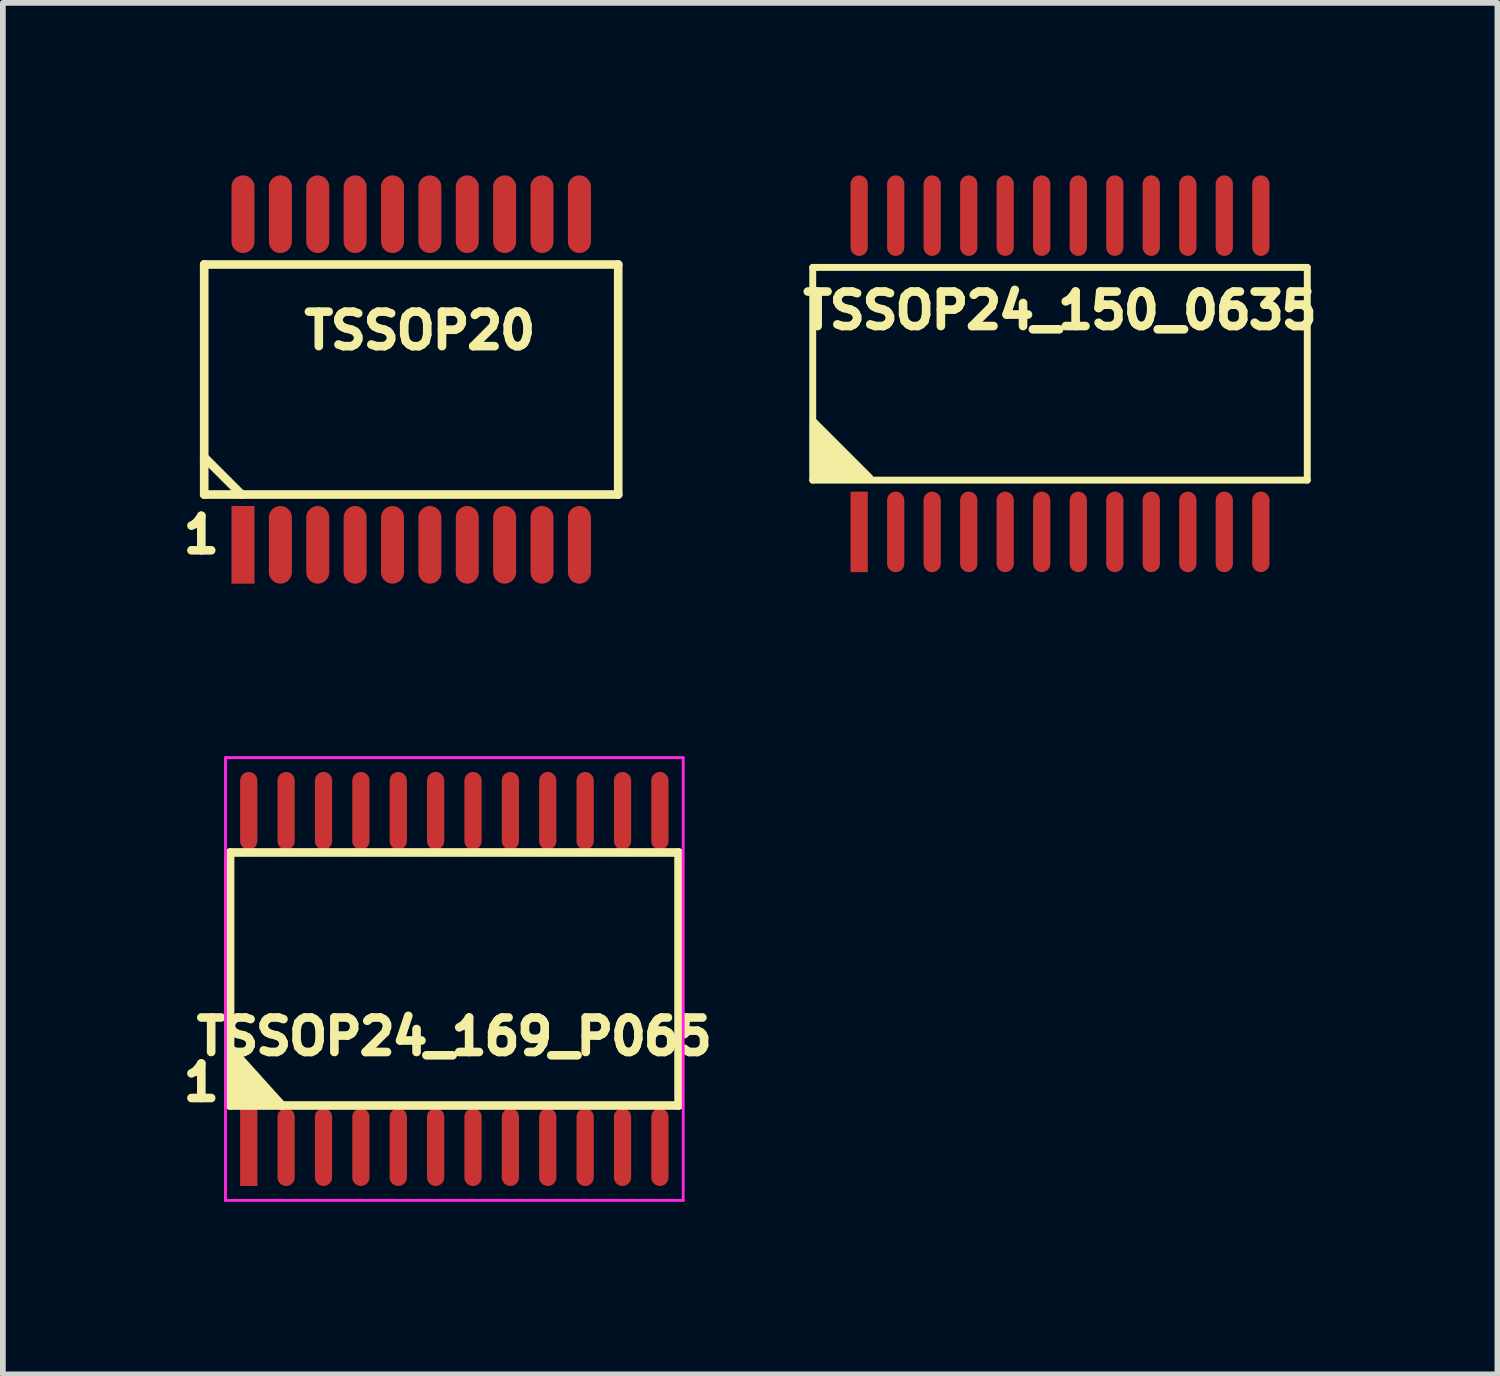
<source format=kicad_pcb>
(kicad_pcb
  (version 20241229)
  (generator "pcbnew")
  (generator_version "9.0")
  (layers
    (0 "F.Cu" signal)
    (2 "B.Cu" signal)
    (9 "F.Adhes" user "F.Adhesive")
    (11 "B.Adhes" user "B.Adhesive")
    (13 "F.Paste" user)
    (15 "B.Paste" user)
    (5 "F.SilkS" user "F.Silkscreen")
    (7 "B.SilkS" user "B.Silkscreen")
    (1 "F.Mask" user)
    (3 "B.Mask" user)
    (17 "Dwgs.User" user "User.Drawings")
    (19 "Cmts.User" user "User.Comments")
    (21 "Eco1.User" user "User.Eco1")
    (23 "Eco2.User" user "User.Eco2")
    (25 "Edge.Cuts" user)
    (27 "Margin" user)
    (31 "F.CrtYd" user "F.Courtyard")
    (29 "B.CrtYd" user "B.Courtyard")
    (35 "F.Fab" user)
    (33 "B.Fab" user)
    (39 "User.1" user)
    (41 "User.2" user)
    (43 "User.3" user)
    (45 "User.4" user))
  (footprint "TSSOP24_169_P065"
    (layer "F.Cu")
    (at 4.851 13.975)
    (property "Reference" "TSSOP24_169_P065" (at 0 1 0) (layer "F.SilkS") (effects (font (size 0.6 0.6) (thickness 0.15))))
    (attr smd)
    (fp_line (start -3.9 -2.2) (end 3.9 -2.2) (stroke (width 0.15) (type solid)) (layer "F.SilkS"))
    (fp_line (start -3.9 1.2) (end -3 2.2) (stroke (width 0.15) (type solid)) (layer "F.SilkS"))
    (fp_line (start -3.9 2.2) (end -3.9 -2.2) (stroke (width 0.15) (type solid)) (layer "F.SilkS"))
    (fp_line (start -3.8 1.4) (end -3.8 2.1) (stroke (width 0.15) (type solid)) (layer "F.SilkS"))
    (fp_line (start -3.8 2.1) (end -3.2 2.1) (stroke (width 0.15) (type solid)) (layer "F.SilkS"))
    (fp_line (start -3.7 1.6) (end -3.7 2) (stroke (width 0.15) (type solid)) (layer "F.SilkS"))
    (fp_line (start -3.7 2) (end -3.4 2) (stroke (width 0.15) (type solid)) (layer "F.SilkS"))
    (fp_line (start -3.4 2) (end -3.7 1.8) (stroke (width 0.15) (type solid)) (layer "F.SilkS"))
    (fp_line (start -3.2 2.1) (end -3.7 1.6) (stroke (width 0.15) (type solid)) (layer "F.SilkS"))
    (fp_line (start -3 2.2) (end -3.8 1.4) (stroke (width 0.15) (type solid)) (layer "F.SilkS"))
    (fp_line (start 3.9 -2.2) (end 3.9 2.2) (stroke (width 0.15) (type solid)) (layer "F.SilkS"))
    (fp_line (start 3.9 2.2) (end -3.9 2.2) (stroke (width 0.15) (type solid)) (layer "F.SilkS"))
    (fp_line (start -3.98 -3.85) (end 3.98 -3.85) (stroke (width 0.05) (type solid)) (layer "F.CrtYd"))
    (fp_line (start -3.98 3.85) (end -3.98 -3.85) (stroke (width 0.05) (type solid)) (layer "F.CrtYd"))
    (fp_line (start 3.98 -3.85) (end 3.98 3.85) (stroke (width 0.05) (type solid)) (layer "F.CrtYd"))
    (fp_line (start 3.98 3.85) (end -3.98 3.85) (stroke (width 0.05) (type solid)) (layer "F.CrtYd"))
    (fp_text user "1" (at -4.4 1.8 0) (layer "F.SilkS") (effects (font (size 0.6 0.6) (thickness 0.15))))
    (pad "1" smd rect (at -3.575 2.925) (size 0.3 1.35) (layers "F.Cu" "F.Mask" "F.Paste"))
    (pad "2" smd oval (at -2.925 2.925) (size 0.3 1.35) (layers "F.Cu" "F.Mask" "F.Paste"))
    (pad "3" smd oval (at -2.275 2.925) (size 0.3 1.35) (layers "F.Cu" "F.Mask" "F.Paste"))
    (pad "4" smd oval (at -1.625 2.925) (size 0.3 1.35) (layers "F.Cu" "F.Mask" "F.Paste"))
    (pad "5" smd oval (at -0.975 2.925) (size 0.3 1.35) (layers "F.Cu" "F.Mask" "F.Paste"))
    (pad "6" smd oval (at -0.325 2.925) (size 0.3 1.35) (layers "F.Cu" "F.Mask" "F.Paste"))
    (pad "7" smd oval (at 0.325 2.925) (size 0.3 1.35) (layers "F.Cu" "F.Mask" "F.Paste"))
    (pad "8" smd oval (at 0.975 2.925) (size 0.3 1.35) (layers "F.Cu" "F.Mask" "F.Paste"))
    (pad "9" smd oval (at 1.625 2.925) (size 0.3 1.35) (layers "F.Cu" "F.Mask" "F.Paste"))
    (pad "10" smd oval (at 2.275 2.925) (size 0.3 1.35) (layers "F.Cu" "F.Mask" "F.Paste"))
    (pad "11" smd oval (at 2.925 2.925) (size 0.3 1.35) (layers "F.Cu" "F.Mask" "F.Paste"))
    (pad "12" smd oval (at 3.575 2.925) (size 0.3 1.35) (layers "F.Cu" "F.Mask" "F.Paste"))
    (pad "13" smd oval (at 3.575 -2.925) (size 0.3 1.35) (layers "F.Cu" "F.Mask" "F.Paste"))
    (pad "14" smd oval (at 2.925 -2.925) (size 0.3 1.35) (layers "F.Cu" "F.Mask" "F.Paste"))
    (pad "15" smd oval (at 2.275 -2.925) (size 0.3 1.35) (layers "F.Cu" "F.Mask" "F.Paste"))
    (pad "16" smd oval (at 1.625 -2.925) (size 0.3 1.35) (layers "F.Cu" "F.Mask" "F.Paste"))
    (pad "17" smd oval (at 0.975 -2.925) (size 0.3 1.35) (layers "F.Cu" "F.Mask" "F.Paste"))
    (pad "18" smd oval (at 0.325 -2.925) (size 0.3 1.35) (layers "F.Cu" "F.Mask" "F.Paste"))
    (pad "19" smd oval (at -0.325 -2.925) (size 0.3 1.35) (layers "F.Cu" "F.Mask" "F.Paste"))
    (pad "20" smd oval (at -0.975 -2.925) (size 0.3 1.35) (layers "F.Cu" "F.Mask" "F.Paste"))
    (pad "21" smd oval (at -1.625 -2.925) (size 0.3 1.35) (layers "F.Cu" "F.Mask" "F.Paste"))
    (pad "22" smd oval (at -2.275 -2.925) (size 0.3 1.35) (layers "F.Cu" "F.Mask" "F.Paste"))
    (pad "23" smd oval (at -2.925 -2.925) (size 0.3 1.35) (layers "F.Cu" "F.Mask" "F.Paste"))
    (pad "24" smd oval (at -3.575 -2.925) (size 0.3 1.35) (layers "F.Cu" "F.Mask" "F.Paste")))
  (footprint "TSSOP24_150_0635"
    (layer "F.Cu")
    (at 15.384 3.45)
    (property "Reference" "TSSOP24_150_0635" (at 0 -1.1 180) (layer "F.SilkS") (effects (font (size 0.6 0.6) (thickness 0.15))))
    (attr smd)
    (fp_line (start -4.3 -1.85) (end 4.3 -1.85) (stroke (width 0.12) (type solid)) (layer "F.SilkS"))
    (fp_line (start -4.3 1.85) (end -4.3 -1.85) (stroke (width 0.12) (type solid)) (layer "F.SilkS"))
    (fp_line (start 4.3 -1.85) (end 4.3 1.85) (stroke (width 0.12) (type solid)) (layer "F.SilkS"))
    (fp_line (start 4.3 1.85) (end -4.3 1.85) (stroke (width 0.12) (type solid)) (layer "F.SilkS"))
    (fp_poly (pts (xy -4.3 1.85) (xy -4.3 0.8) (xy -3.3 1.8)) (stroke (width 0.1) (type solid)) (fill yes) (layer "F.SilkS"))
    (pad "1" smd rect (at -3.493 2.75) (size 0.3 1.4) (layers "F.Cu" "F.Mask" "F.Paste"))
    (pad "2" smd oval (at -2.857 2.75) (size 0.3 1.4) (layers "F.Cu" "F.Mask" "F.Paste"))
    (pad "3" smd oval (at -2.223 2.75) (size 0.3 1.4) (layers "F.Cu" "F.Mask" "F.Paste"))
    (pad "4" smd oval (at -1.587 2.75) (size 0.3 1.4) (layers "F.Cu" "F.Mask" "F.Paste"))
    (pad "5" smd oval (at -0.953 2.75) (size 0.3 1.4) (layers "F.Cu" "F.Mask" "F.Paste"))
    (pad "6" smd oval (at -0.318 2.75) (size 0.3 1.4) (layers "F.Cu" "F.Mask" "F.Paste"))
    (pad "7" smd oval (at 0.318 2.75) (size 0.3 1.4) (layers "F.Cu" "F.Mask" "F.Paste"))
    (pad "8" smd oval (at 0.953 2.75) (size 0.3 1.4) (layers "F.Cu" "F.Mask" "F.Paste"))
    (pad "9" smd oval (at 1.587 2.75) (size 0.3 1.4) (layers "F.Cu" "F.Mask" "F.Paste"))
    (pad "10" smd oval (at 2.223 2.75) (size 0.3 1.4) (layers "F.Cu" "F.Mask" "F.Paste"))
    (pad "11" smd oval (at 2.857 2.75) (size 0.3 1.4) (layers "F.Cu" "F.Mask" "F.Paste"))
    (pad "12" smd oval (at 3.493 2.75) (size 0.3 1.4) (layers "F.Cu" "F.Mask" "F.Paste"))
    (pad "13" smd oval (at 3.493 -2.75) (size 0.3 1.4) (layers "F.Cu" "F.Mask" "F.Paste"))
    (pad "14" smd oval (at 2.857 -2.75) (size 0.3 1.4) (layers "F.Cu" "F.Mask" "F.Paste"))
    (pad "15" smd oval (at 2.223 -2.75) (size 0.3 1.4) (layers "F.Cu" "F.Mask" "F.Paste"))
    (pad "16" smd oval (at 1.587 -2.75) (size 0.3 1.4) (layers "F.Cu" "F.Mask" "F.Paste"))
    (pad "17" smd oval (at 0.953 -2.75) (size 0.3 1.4) (layers "F.Cu" "F.Mask" "F.Paste"))
    (pad "18" smd oval (at 0.318 -2.75) (size 0.3 1.4) (layers "F.Cu" "F.Mask" "F.Paste"))
    (pad "19" smd oval (at -0.318 -2.75) (size 0.3 1.4) (layers "F.Cu" "F.Mask" "F.Paste"))
    (pad "20" smd oval (at -0.953 -2.75) (size 0.3 1.4) (layers "F.Cu" "F.Mask" "F.Paste"))
    (pad "21" smd oval (at -1.587 -2.75) (size 0.3 1.4) (layers "F.Cu" "F.Mask" "F.Paste"))
    (pad "22" smd oval (at -2.223 -2.75) (size 0.3 1.4) (layers "F.Cu" "F.Mask" "F.Paste"))
    (pad "23" smd oval (at -2.857 -2.75) (size 0.3 1.4) (layers "F.Cu" "F.Mask" "F.Paste"))
    (pad "24" smd oval (at -3.493 -2.75) (size 0.3 1.4) (layers "F.Cu" "F.Mask" "F.Paste")))
  (footprint "TSSOP20"
    (layer "F.Cu")
    (at 4.101 3.55)
    (property "Reference" "TSSOP20" (at 0.15 -0.85 0) (layer "F.SilkS") (effects (font (size 0.6 0.6) (thickness 0.15))))
    (attr through_hole)
    (fp_line (start -3.6 -2) (end 3.6 -2) (stroke (width 0.15) (type solid)) (layer "F.SilkS"))
    (fp_line (start -3.6 1.35) (end -2.95 2) (stroke (width 0.15) (type solid)) (layer "F.SilkS"))
    (fp_line (start -3.6 2) (end -3.6 -2) (stroke (width 0.15) (type solid)) (layer "F.SilkS"))
    (fp_line (start 3.6 -2) (end 3.6 2) (stroke (width 0.15) (type solid)) (layer "F.SilkS"))
    (fp_line (start 3.6 2) (end -3.6 2) (stroke (width 0.15) (type solid)) (layer "F.SilkS"))
    (fp_text user "1" (at -3.65 2.7 0) (layer "F.SilkS") (effects (font (size 0.6 0.6) (thickness 0.15))))
    (pad "1" smd rect (at -2.925 2.875) (size 0.4 1.35) (layers "F.Cu" "F.Mask" "F.Paste"))
    (pad "2" smd oval (at -2.275 2.875) (size 0.4 1.35) (layers "F.Cu" "F.Mask" "F.Paste"))
    (pad "3" smd oval (at -1.625 2.875) (size 0.4 1.35) (layers "F.Cu" "F.Mask" "F.Paste"))
    (pad "4" smd oval (at -0.975 2.875) (size 0.4 1.35) (layers "F.Cu" "F.Mask" "F.Paste"))
    (pad "5" smd oval (at -0.325 2.875) (size 0.4 1.35) (layers "F.Cu" "F.Mask" "F.Paste"))
    (pad "6" smd oval (at 0.325 2.875) (size 0.4 1.35) (layers "F.Cu" "F.Mask" "F.Paste"))
    (pad "7" smd oval (at 0.975 2.875) (size 0.4 1.35) (layers "F.Cu" "F.Mask" "F.Paste"))
    (pad "8" smd oval (at 1.625 2.875) (size 0.4 1.35) (layers "F.Cu" "F.Mask" "F.Paste"))
    (pad "9" smd oval (at 2.275 2.875) (size 0.4 1.35) (layers "F.Cu" "F.Mask" "F.Paste"))
    (pad "10" smd oval (at 2.925 2.875) (size 0.4 1.35) (layers "F.Cu" "F.Mask" "F.Paste"))
    (pad "11" smd oval (at 2.925 -2.875) (size 0.4 1.35) (layers "F.Cu" "F.Mask" "F.Paste"))
    (pad "12" smd oval (at 2.275 -2.875) (size 0.4 1.35) (layers "F.Cu" "F.Mask" "F.Paste"))
    (pad "13" smd oval (at 1.625 -2.875) (size 0.4 1.35) (layers "F.Cu" "F.Mask" "F.Paste"))
    (pad "14" smd oval (at 0.975 -2.875) (size 0.4 1.35) (layers "F.Cu" "F.Mask" "F.Paste"))
    (pad "15" smd oval (at 0.325 -2.875) (size 0.4 1.35) (layers "F.Cu" "F.Mask" "F.Paste"))
    (pad "16" smd oval (at -0.325 -2.875) (size 0.4 1.35) (layers "F.Cu" "F.Mask" "F.Paste"))
    (pad "17" smd oval (at -0.975 -2.875) (size 0.4 1.35) (layers "F.Cu" "F.Mask" "F.Paste"))
    (pad "18" smd oval (at -1.625 -2.875) (size 0.4 1.35) (layers "F.Cu" "F.Mask" "F.Paste"))
    (pad "19" smd oval (at -2.275 -2.875) (size 0.4 1.35) (layers "F.Cu" "F.Mask" "F.Paste"))
    (pad "20" smd oval (at -2.925 -2.875) (size 0.4 1.35) (layers "F.Cu" "F.Mask" "F.Paste")))
  (gr_rect
    (start -3 -3)
    (end 22.991 20.85)
    (stroke (width 0.1) (type default))
    (fill no)
    (layer "Edge.Cuts")))
</source>
